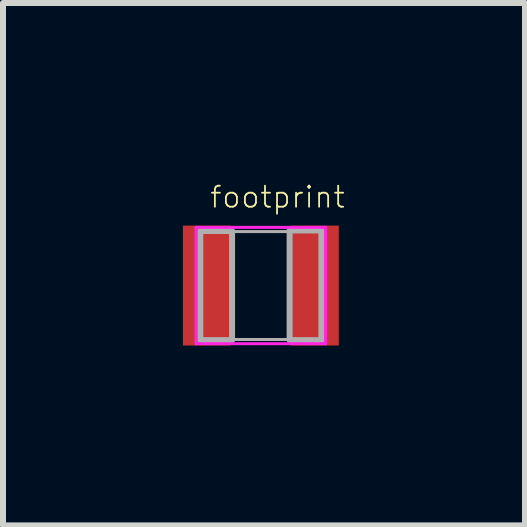
<source format=kicad_pcb>
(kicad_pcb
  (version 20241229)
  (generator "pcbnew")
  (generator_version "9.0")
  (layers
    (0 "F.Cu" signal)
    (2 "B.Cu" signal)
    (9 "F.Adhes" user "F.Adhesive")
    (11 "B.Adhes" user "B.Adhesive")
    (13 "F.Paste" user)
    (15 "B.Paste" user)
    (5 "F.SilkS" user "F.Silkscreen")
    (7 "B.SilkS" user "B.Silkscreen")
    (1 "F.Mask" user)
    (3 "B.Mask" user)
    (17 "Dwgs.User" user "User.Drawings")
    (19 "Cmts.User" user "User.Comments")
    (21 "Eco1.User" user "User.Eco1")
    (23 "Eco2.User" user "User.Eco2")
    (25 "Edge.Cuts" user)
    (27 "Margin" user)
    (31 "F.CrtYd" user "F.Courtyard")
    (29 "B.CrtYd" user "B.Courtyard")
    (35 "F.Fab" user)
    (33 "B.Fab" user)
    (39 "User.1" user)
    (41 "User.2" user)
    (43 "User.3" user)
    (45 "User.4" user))
  (footprint "footprint"
    (layer "F.Cu")
    (at 1.3 1.712)
    (property "Reference" "footprint" (at -0.87 -1.27 0) (layer "F.SilkS") (effects (font (size 0.351 0.351) (thickness 0.03)) (justify left bottom)))
    (fp_line (start -1.08 -0.97) (end -1.08 0.97) (stroke (width 0.05) (type solid)) (layer "F.CrtYd"))
    (fp_line (start -1.08 0.97) (end 1.08 0.97) (stroke (width 0.05) (type solid)) (layer "F.CrtYd"))
    (fp_line (start 1.08 -0.97) (end -1.08 -0.97) (stroke (width 0.05) (type solid)) (layer "F.CrtYd"))
    (fp_line (start 1.08 0.97) (end 1.08 -0.97) (stroke (width 0.05) (type solid)) (layer "F.CrtYd"))
    (fp_line (start -1 -0.9) (end -1 0.9) (stroke (width 0.05) (type solid)) (layer "F.Fab"))
    (fp_line (start -1 0.9) (end 1 0.9) (stroke (width 0.05) (type solid)) (layer "F.Fab"))
    (fp_line (start 1 -0.9) (end -1 -0.9) (stroke (width 0.05) (type solid)) (layer "F.Fab"))
    (fp_line (start 1 0.9) (end 1 -0.9) (stroke (width 0.05) (type solid)) (layer "F.Fab"))
    (fp_poly (pts (xy -1.01 0.91) (xy -0.48 0.91) (xy -0.48 -0.91) (xy -1.01 -0.91)) (stroke (width 0.1) (type solid)) (fill no) (layer "F.Fab"))
    (fp_poly (pts (xy 0.48 0.91) (xy 1.01 0.91) (xy 1.01 -0.92) (xy 0.48 -0.92)) (stroke (width 0.1) (type solid)) (fill no) (layer "F.Fab"))
    (pad "1" smd rect (at -0.9 0 90) (size 2 0.8) (layers "F.Cu" "F.Mask" "F.Paste"))
    (pad "2" smd rect (at 0.9 0 90) (size 2 0.8) (layers "F.Cu" "F.Mask" "F.Paste")))
  (gr_rect
    (start -3 -3)
    (end 5.705 5.712)
    (stroke (width 0.1) (type default))
    (fill no)
    (layer "Edge.Cuts")))
</source>
